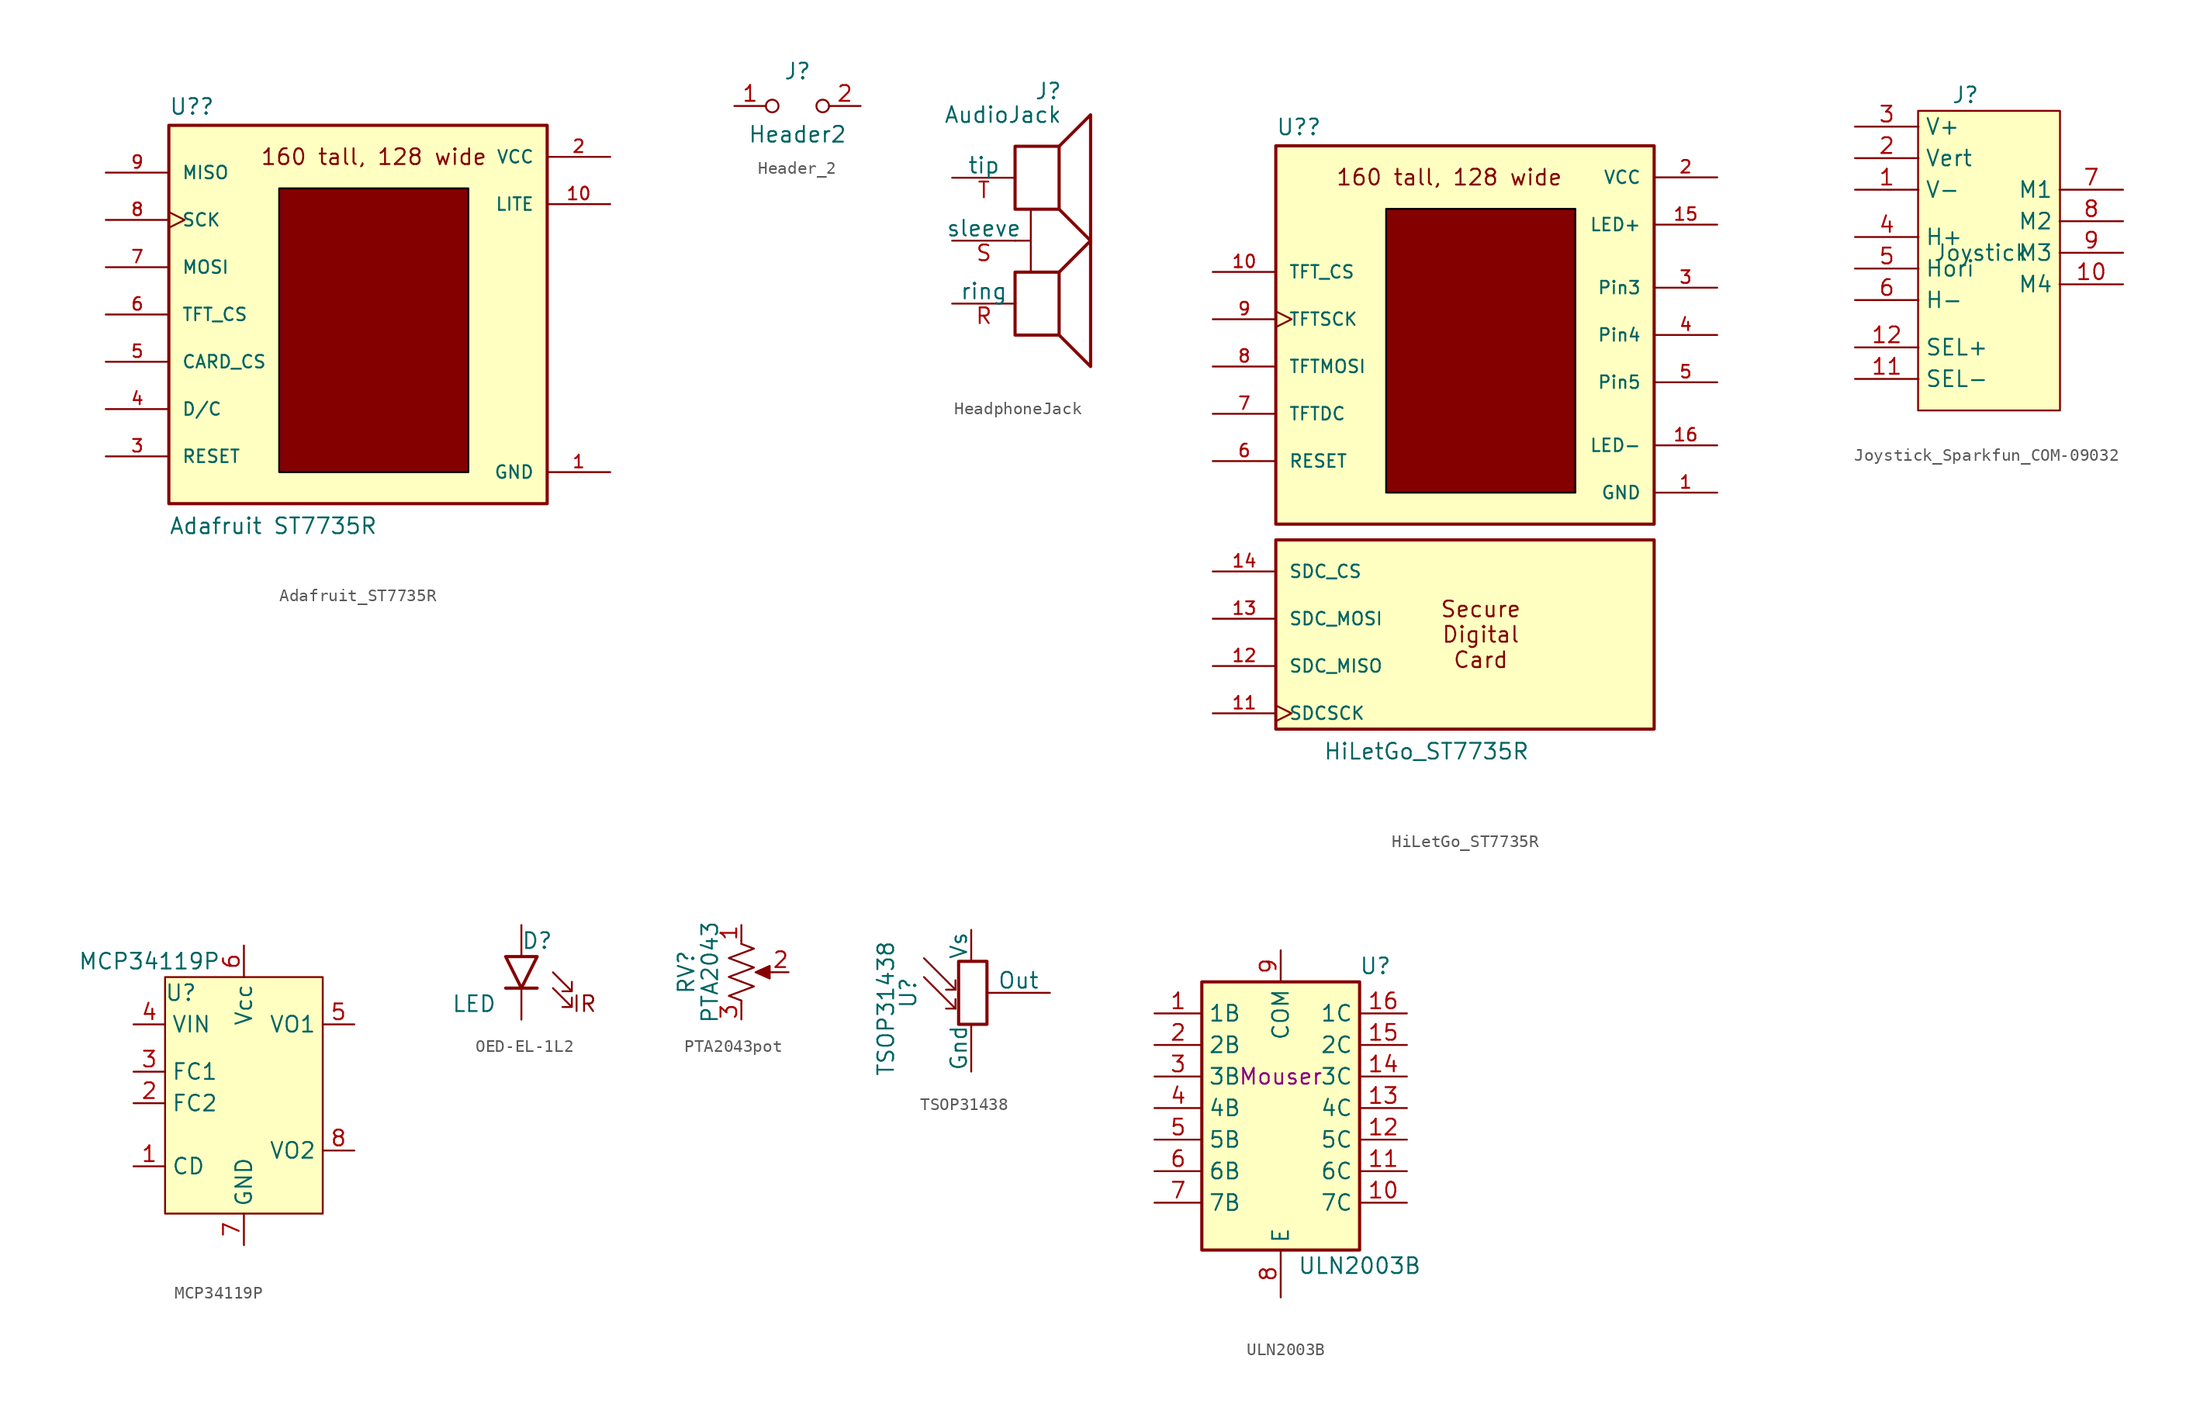
<source format=kicad_sym>
(kicad_symbol_lib
  (version 20220914)
  (generator kicad_symbol_editor)
  (symbol "Adafruit_ST7735R"
    (pin_names
      (offset 1.016))
    (property "Reference" "U?"
      (at -15.24 16.002 0)
      (effects (font (size 1.27 1.27)) (justify left bottom)))
    (property "Value" "Adafruit ST7735R"
      (at -15.24 -17.78 0)
      (effects (font (size 1.27 1.27)) (justify left bottom)))
    (symbol "Adafruit_ST7735R_0_0"
      (rectangle (start -15.24 15.24) (end 15.24 -15.24) (stroke (width 0.254) (type default)) (fill (type background))))
    (symbol "Adafruit_ST7735R_1_0"
      (pin power_in line (at 20.32 -12.7 180) (length 5.08) (name "GND" (effects (font (size 1.016 1.016)))) (number "1" (effects (font (size 1.016 1.016)))))
      (pin power_in line (at 20.32 8.89 180) (length 5.08) (name "LITE" (effects (font (size 1.016 1.016)))) (number "10" (effects (font (size 1.016 1.016)))))
      (pin power_in line (at 20.32 12.7 180) (length 5.08) (name "VCC" (effects (font (size 1.016 1.016)))) (number "2" (effects (font (size 1.016 1.016)))))
      (pin input line (at -20.32 -11.43 0) (length 5.08) (name "RESET" (effects (font (size 1.016 1.016)))) (number "3" (effects (font (size 1.016 1.016)))))
      (pin input line (at -20.32 -7.62 0) (length 5.08) (name "D/C" (effects (font (size 1.016 1.016)))) (number "4" (effects (font (size 1.016 1.016)))))
      (pin input line (at -20.32 -3.81 0) (length 5.08) (name "CARD_CS" (effects (font (size 1.016 1.016)))) (number "5" (effects (font (size 1.016 1.016)))))
      (pin input line (at -20.32 0 0) (length 5.08) (name "TFT_CS" (effects (font (size 1.016 1.016)))) (number "6" (effects (font (size 1.016 1.016)))))
      (pin input line (at -20.32 3.81 0) (length 5.08) (name "MOSI" (effects (font (size 1.016 1.016)))) (number "7" (effects (font (size 1.016 1.016)))))
      (pin input clock (at -20.32 7.62 0) (length 5.08) (name "SCK" (effects (font (size 1.016 1.016)))) (number "8" (effects (font (size 1.016 1.016)))))
      (pin output line (at -20.32 11.43 0) (length 5.08) (name "MISO" (effects (font (size 1.016 1.016)))) (number "9" (effects (font (size 1.016 1.016))))))
    (symbol "Adafruit_ST7735R_1_1"
      (rectangle (start -6.35 10.16) (end 8.89 -12.7) (stroke (width 0) (type default) (color 0 0 0 1)) (fill (type color) (color 132 0 0 1)))
      (text "160 tall, 128 wide" (at 1.27 12.7 0) (effects (font (size 1.27 1.27))))))
  (symbol "Header_2"
    (pin_names
      (offset 0) hide)
    (property "Reference" "J"
      (at 0 2.794 0)
      (effects (font (size 1.27 1.27))))
    (property "Value" "Header2"
      (at 0 -2.286 0)
      (effects (font (size 1.27 1.27))))
    (symbol "Header_2_0_0"
      (circle (center -2.032 0) (radius 0.508) (stroke (width 0) (type default)) (fill (type none)))
      (circle (center 2.032 0) (radius 0.508) (stroke (width 0) (type default)) (fill (type none))))
    (symbol "Header_2_1_1"
      (pin passive line (at -5.08 0 0) (length 2.54) (name "A" (effects (font (size 1.27 1.27)))) (number "1" (effects (font (size 1.27 1.27)))))
      (pin passive line (at 5.08 0 180) (length 2.54) (name "B" (effects (font (size 1.27 1.27)))) (number "2" (effects (font (size 1.27 1.27)))))))
  (symbol "HeadphoneJack"
    (pin_names
      (offset 0))
    (property "Reference" "J"
      (at 1.27 5.715 0)
      (effects (font (size 1.27 1.27)) (justify right)))
    (property "Value" "AudioJack"
      (at 1.27 3.81 0)
      (effects (font (size 1.27 1.27)) (justify right)))
    (symbol "HeadphoneJack_0_0"
      (rectangle (start -2.54 -8.89) (end 1.016 -13.97) (stroke (width 0.254) (type default)) (fill (type none)))
      (rectangle (start -2.54 1.27) (end 1.016 -3.81) (stroke (width 0.254) (type default)) (fill (type none)))
      (polyline (pts (xy 1.016 -8.89) (xy 3.556 -6.35) (xy 3.556 -16.51) (xy 1.016 -13.97)) (stroke (width 0.254) (type default)) (fill (type none)))
      (polyline (pts (xy 1.016 1.27) (xy 3.556 3.81) (xy 3.556 -6.35) (xy 1.016 -3.81)) (stroke (width 0.254) (type default)) (fill (type none))))
    (symbol "HeadphoneJack_0_1"
      (polyline (pts (xy -2.54 -6.35) (xy -1.27 -6.35) (xy -1.27 -3.81) (xy -1.27 -8.89)) (stroke (width 0) (type default)) (fill (type none))))
    (symbol "HeadphoneJack_1_1"
      (pin input line (at -7.62 -11.43 0) (length 5.12) (name "ring" (effects (font (size 1.27 1.27)))) (number "R" (effects (font (size 1.27 1.27)))))
      (pin input line (at -7.62 -6.35 0) (length 5.12) (name "sleeve" (effects (font (size 1.27 1.27)))) (number "S" (effects (font (size 1.27 1.27)))))
      (pin input line (at -7.62 -1.27 0) (length 5.12) (name "tip" (effects (font (size 1.27 1.27)))) (number "T" (effects (font (size 1.27 1.27)))))))
  (symbol "HiLetGo_ST7735R"
    (pin_names
      (offset 1.016))
    (property "Reference" "U?"
      (at -15.24 16.002 0)
      (effects (font (size 1.27 1.27)) (justify left bottom)))
    (property "Value" "HiLetGo_ST7735R"
      (at -11.43 -34.29 0)
      (effects (font (size 1.27 1.27)) (justify left bottom)))
    (symbol "HiLetGo_ST7735R_0_0"
      (rectangle (start -15.24 -16.51) (end 15.24 -31.75) (stroke (width 0.254) (type default)) (fill (type background)))
      (rectangle (start -15.24 15.24) (end 15.24 -15.24) (stroke (width 0.254) (type default)) (fill (type background))))
    (symbol "HiLetGo_ST7735R_1_0"
      (pin power_in line (at 20.32 -12.7 180) (length 5.08) (name "GND" (effects (font (size 1.016 1.016)))) (number "1" (effects (font (size 1.016 1.016)))))
      (pin input line (at -20.32 5.08 0) (length 5.08) (name "TFT_CS" (effects (font (size 1.016 1.016)))) (number "10" (effects (font (size 1.016 1.016)))))
      (pin input clock (at -20.32 -30.48 0) (length 5.08) (name "SDCSCK" (effects (font (size 1.016 1.016)))) (number "11" (effects (font (size 1.016 1.016)))))
      (pin output line (at -20.32 -26.67 0) (length 5.08) (name "SDC_MISO" (effects (font (size 1.016 1.016)))) (number "12" (effects (font (size 1.016 1.016)))))
      (pin input line (at -20.32 -22.86 0) (length 5.08) (name "SDC_MOSI" (effects (font (size 1.016 1.016)))) (number "13" (effects (font (size 1.016 1.016)))))
      (pin input line (at -20.32 -19.05 0) (length 5.08) (name "SDC_CS" (effects (font (size 1.016 1.016)))) (number "14" (effects (font (size 1.016 1.016)))))
      (pin power_in line (at 20.32 8.89 180) (length 5.08) (name "LED+" (effects (font (size 1.016 1.016)))) (number "15" (effects (font (size 1.016 1.016)))))
      (pin power_in line (at 20.32 -8.89 180) (length 5.08) (name "LED-" (effects (font (size 1.016 1.016)))) (number "16" (effects (font (size 1.016 1.016)))))
      (pin power_in line (at 20.32 12.7 180) (length 5.08) (name "VCC" (effects (font (size 1.016 1.016)))) (number "2" (effects (font (size 1.016 1.016)))))
      (pin free line (at 20.32 3.81 180) (length 5.08) (name "Pin3" (effects (font (size 1.016 1.016)))) (number "3" (effects (font (size 1.016 1.016)))))
      (pin free line (at 20.32 0 180) (length 5.08) (name "Pin4" (effects (font (size 1.016 1.016)))) (number "4" (effects (font (size 1.016 1.016)))))
      (pin free line (at 20.32 -3.81 180) (length 5.08) (name "Pin5" (effects (font (size 1.016 1.016)))) (number "5" (effects (font (size 1.016 1.016)))))
      (pin input line (at -20.32 -10.16 0) (length 5.08) (name "RESET" (effects (font (size 1.016 1.016)))) (number "6" (effects (font (size 1.016 1.016)))))
      (pin input line (at -20.32 -6.35 0) (length 5.08) (name "TFTDC" (effects (font (size 1.016 1.016)))) (number "7" (effects (font (size 1.016 1.016)))))
      (pin input line (at -20.32 -2.54 0) (length 5.08) (name "TFTMOSI" (effects (font (size 1.016 1.016)))) (number "8" (effects (font (size 1.016 1.016)))))
      (pin input clock (at -20.32 1.27 0) (length 5.08) (name "TFTSCK" (effects (font (size 1.016 1.016)))) (number "9" (effects (font (size 1.016 1.016))))))
    (symbol "HiLetGo_ST7735R_1_1"
      (rectangle (start -6.35 10.16) (end 8.89 -12.7) (stroke (width 0) (type default) (color 0 0 0 1)) (fill (type color) (color 132 0 0 1)))
      (text "160 tall, 128 wide" (at -1.27 12.7 0) (effects (font (size 1.27 1.27))))
      (text "Secure\nDigital\nCard" (at 1.27 -24.13 0) (effects (font (size 1.27 1.27))))))
  (symbol "Joystick_Sparkfun_COM-09032"
    (property "Reference" "J"
      (at -1.27 12.7 0)
      (effects (font (size 1.27 1.27))))
    (property "Value" "Joystick"
      (at 0 0 0)
      (effects (font (size 1.27 1.27))))
    (property "ki_locked" ""
      (at 0 0 0)
      (effects (font (size 1.27 1.27))))
    (symbol "Joystick_Sparkfun_COM-09032_1_1"
      (rectangle (start -5.08 11.43) (end 6.35 -12.7) (stroke (width 0) (type default)) (fill (type background)))
      (pin passive line (at -10.16 5.08 0) (length 5.12) (name "V-" (effects (font (size 1.27 1.27)))) (number "1" (effects (font (size 1.27 1.27)))))
      (pin free line (at 11.43 -2.54 180) (length 5.12) (name "M4" (effects (font (size 1.27 1.27)))) (number "10" (effects (font (size 1.27 1.27)))))
      (pin passive line (at -10.16 -10.16 0) (length 5.12) (name "SEL-" (effects (font (size 1.27 1.27)))) (number "11" (effects (font (size 1.27 1.27)))))
      (pin passive line (at -10.16 -7.62 0) (length 5.12) (name "SEL+" (effects (font (size 1.27 1.27)))) (number "12" (effects (font (size 1.27 1.27)))))
      (pin passive line (at -10.16 7.62 0) (length 5.12) (name "Vert" (effects (font (size 1.27 1.27)))) (number "2" (effects (font (size 1.27 1.27)))))
      (pin passive line (at -10.16 10.16 0) (length 5.12) (name "V+" (effects (font (size 1.27 1.27)))) (number "3" (effects (font (size 1.27 1.27)))))
      (pin passive line (at -10.16 1.27 0) (length 5.12) (name "H+" (effects (font (size 1.27 1.27)))) (number "4" (effects (font (size 1.27 1.27)))))
      (pin passive line (at -10.16 -1.27 0) (length 5.12) (name "Hori" (effects (font (size 1.27 1.27)))) (number "5" (effects (font (size 1.27 1.27)))))
      (pin passive line (at -10.16 -3.81 0) (length 5.12) (name "H-" (effects (font (size 1.27 1.27)))) (number "6" (effects (font (size 1.27 1.27)))))
      (pin free line (at 11.43 5.08 180) (length 5.12) (name "M1" (effects (font (size 1.27 1.27)))) (number "7" (effects (font (size 1.27 1.27)))))
      (pin free line (at 11.43 2.54 180) (length 5.12) (name "M2" (effects (font (size 1.27 1.27)))) (number "8" (effects (font (size 1.27 1.27)))))
      (pin free line (at 11.43 0 180) (length 5.12) (name "M3" (effects (font (size 1.27 1.27)))) (number "9" (effects (font (size 1.27 1.27)))))))
  (symbol "MCP34119P"
    (property "Reference" "U"
      (at -5.08 7.62 0)
      (effects (font (size 1.27 1.27))))
    (property "Value" "MCP34119P"
      (at -7.62 10.16 0)
      (effects (font (size 1.27 1.27))))
    (symbol "MCP34119P_1_1"
      (rectangle (start -6.35 8.89) (end 6.35 -10.16) (stroke (width 0) (type default)) (fill (type background)))
      (pin input line (at -8.89 -6.35 0) (length 2.54) (name "CD" (effects (font (size 1.27 1.27)))) (number "1" (effects (font (size 1.27 1.27)))))
      (pin input line (at -8.89 -1.27 0) (length 2.54) (name "FC2" (effects (font (size 1.27 1.27)))) (number "2" (effects (font (size 1.27 1.27)))))
      (pin input line (at -8.89 1.27 0) (length 2.54) (name "FC1" (effects (font (size 1.27 1.27)))) (number "3" (effects (font (size 1.27 1.27)))))
      (pin input line (at -8.89 5.08 0) (length 2.54) (name "VIN" (effects (font (size 1.27 1.27)))) (number "4" (effects (font (size 1.27 1.27)))))
      (pin output line (at 8.89 5.08 180) (length 2.54) (name "VO1" (effects (font (size 1.27 1.27)))) (number "5" (effects (font (size 1.27 1.27)))))
      (pin power_in line (at 0 11.43 270) (length 2.54) (name "Vcc" (effects (font (size 1.27 1.27)))) (number "6" (effects (font (size 1.27 1.27)))))
      (pin power_in line (at 0 -12.7 90) (length 2.54) (name "GND" (effects (font (size 1.27 1.27)))) (number "7" (effects (font (size 1.27 1.27)))))
      (pin output line (at 8.89 -5.08 180) (length 2.54) (name "VO2" (effects (font (size 1.27 1.27)))) (number "8" (effects (font (size 1.27 1.27)))))))
  (symbol "OED-EL-1L2"
    (pin_numbers hide)
    (pin_names
      (offset 1.016) hide)
    (property "Reference" "D"
      (at 0 2.54 0)
      (effects (font (size 1.27 1.27))))
    (property "Value" "LED"
      (at -5.08 -2.54 0)
      (effects (font (size 1.27 1.27))))
    (symbol "OED-EL-1L2_0_1"
      (polyline (pts (xy 0 -1.27) (xy -2.54 -1.27)) (stroke (width 0.254) (type default)) (fill (type none)))
      (polyline (pts (xy 0 1.27) (xy -2.54 1.27) (xy -1.27 -1.27) (xy 0 1.27)) (stroke (width 0.254) (type default)) (fill (type none)))
      (polyline (pts (xy 1.27 -1.27) (xy 2.794 -2.794) (xy 2.794 -2.032) (xy 2.794 -2.794) (xy 2.032 -2.794)) (stroke (width 0) (type default)) (fill (type none)))
      (polyline (pts (xy 1.27 0) (xy 2.794 -1.524) (xy 2.794 -0.762) (xy 2.794 -1.524) (xy 2.032 -1.524)) (stroke (width 0) (type default)) (fill (type none))))
    (symbol "OED-EL-1L2_1_1"
      (text "IR" (at 3.81 -2.54 0) (effects (font (size 1.27 1.27))))
      (pin passive line (at -1.27 -3.81 90) (length 2.54) (name "K" (effects (font (size 1.27 1.27)))) (number "1" (effects (font (size 1.27 1.27)))))
      (pin passive line (at -1.27 3.81 270) (length 2.54) (name "A" (effects (font (size 1.27 1.27)))) (number "2" (effects (font (size 1.27 1.27)))))))
  (symbol "PTA2043pot"
    (pin_names
      (offset 1.016) hide)
    (property "Reference" "RV"
      (at -4.445 0 90)
      (effects (font (size 1.27 1.27))))
    (property "Value" "PTA2043"
      (at -2.54 0 90)
      (effects (font (size 1.27 1.27))))
    (symbol "PTA2043pot_0_1"
      (polyline (pts (xy 0 -2.286) (xy 0 -2.54)) (stroke (width 0) (type default)) (fill (type none)))
      (polyline (pts (xy 0 2.54) (xy 0 2.286)) (stroke (width 0) (type default)) (fill (type none)))
      (polyline (pts (xy 2.54 0) (xy 1.524 0)) (stroke (width 0) (type default)) (fill (type none)))
      (polyline (pts (xy 1.143 0) (xy 2.286 0.508) (xy 2.286 -0.508) (xy 1.143 0)) (stroke (width 0) (type default)) (fill (type outline)))
      (polyline (pts (xy 0 -0.762) (xy 1.016 -1.143) (xy 0 -1.524) (xy -1.016 -1.905) (xy 0 -2.286)) (stroke (width 0) (type default)) (fill (type none)))
      (polyline (pts (xy 0 0.762) (xy 1.016 0.381) (xy 0 0) (xy -1.016 -0.381) (xy 0 -0.762)) (stroke (width 0) (type default)) (fill (type none)))
      (polyline (pts (xy 0 2.286) (xy 1.016 1.905) (xy 0 1.524) (xy -1.016 1.143) (xy 0 0.762)) (stroke (width 0) (type default)) (fill (type none))))
    (symbol "PTA2043pot_1_1"
      (pin passive line (at 0 3.81 270) (length 1.27) (name "1" (effects (font (size 1.27 1.27)))) (number "1" (effects (font (size 1.27 1.27)))))
      (pin passive line (at 3.81 0 180) (length 1.27) (name "2" (effects (font (size 1.27 1.27)))) (number "2" (effects (font (size 1.27 1.27)))))
      (pin passive line (at 0 -3.81 90) (length 1.27) (name "3" (effects (font (size 1.27 1.27)))) (number "3" (effects (font (size 1.27 1.27)))))))
  (symbol "TSOP31438"
    (pin_numbers hide)
    (pin_names
      (offset 0))
    (property "Reference" "U"
      (at -5.08 0 90)
      (effects (font (size 1.27 1.27))))
    (property "Value" "TSOP31438"
      (at -7.62 -1.27 90)
      (effects (font (size 1.27 1.27)) (justify top)))
    (symbol "TSOP31438_0_1"
      (rectangle (start -1.016 2.54) (end 1.27 -2.54) (stroke (width 0.254) (type default)) (fill (type none)))
      (polyline (pts (xy -1.27 -1.27) (xy -3.81 1.27)) (stroke (width 0) (type default)) (fill (type none)))
      (polyline (pts (xy -1.27 -1.27) (xy -2.032 -1.27)) (stroke (width 0) (type default)) (fill (type none)))
      (polyline (pts (xy -1.27 -1.27) (xy -1.27 -0.508)) (stroke (width 0) (type default)) (fill (type none)))
      (polyline (pts (xy -1.27 0.254) (xy -3.81 2.794)) (stroke (width 0) (type default)) (fill (type none)))
      (polyline (pts (xy -1.27 0.254) (xy -2.032 0.254)) (stroke (width 0) (type default)) (fill (type none)))
      (polyline (pts (xy -1.27 0.254) (xy -1.27 1.016)) (stroke (width 0) (type default)) (fill (type none))))
    (symbol "TSOP31438_1_1"
      (pin power_in line (at 0 -6.35 90) (length 3.81) (name "Gnd" (effects (font (size 1.27 1.27)))) (number "1" (effects (font (size 1.27 1.27)))))
      (pin power_in line (at 0 5.08 270) (length 2.54) (name "Vs" (effects (font (size 1.27 1.27)))) (number "2" (effects (font (size 1.27 1.27)))))
      (pin output line (at 6.35 0 180) (length 5.08) (name "Out" (effects (font (size 1.27 1.27)))) (number "3" (effects (font (size 1.27 1.27)))))))
  (symbol "ULN2003B"
    (property "Reference" "U"
      (at 7.62 8.89 0)
      (effects (font (size 1.27 1.27))))
    (property "Value" "ULN2003B"
      (at 6.35 -15.24 0)
      (effects (font (size 1.27 1.27))))
    (property "Distributor" " Mouser "
      (at 0 0 0)
      (effects (font (size 1.27 1.27))))
    (symbol "ULN2003B_0_0"
      (rectangle (start -6.35 7.62) (end 6.35 -13.97) (stroke (width 0.254) (type default)) (fill (type background))))
    (symbol "ULN2003B_1_1"
      (pin input line (at -10.16 5.08 0) (length 3.81) (name "1B" (effects (font (size 1.27 1.27)))) (number "1" (effects (font (size 1.27 1.27)))))
      (pin output line (at 10.16 -10.16 180) (length 3.81) (name "7C" (effects (font (size 1.27 1.27)))) (number "10" (effects (font (size 1.27 1.27)))))
      (pin output line (at 10.16 -7.62 180) (length 3.81) (name "6C" (effects (font (size 1.27 1.27)))) (number "11" (effects (font (size 1.27 1.27)))))
      (pin output line (at 10.16 -5.08 180) (length 3.81) (name "5C" (effects (font (size 1.27 1.27)))) (number "12" (effects (font (size 1.27 1.27)))))
      (pin output line (at 10.16 -2.54 180) (length 3.81) (name "4C" (effects (font (size 1.27 1.27)))) (number "13" (effects (font (size 1.27 1.27)))))
      (pin output line (at 10.16 0 180) (length 3.81) (name "3C" (effects (font (size 1.27 1.27)))) (number "14" (effects (font (size 1.27 1.27)))))
      (pin output line (at 10.16 2.54 180) (length 3.81) (name "2C" (effects (font (size 1.27 1.27)))) (number "15" (effects (font (size 1.27 1.27)))))
      (pin output line (at 10.16 5.08 180) (length 3.81) (name "1C" (effects (font (size 1.27 1.27)))) (number "16" (effects (font (size 1.27 1.27)))))
      (pin input line (at -10.16 2.54 0) (length 3.81) (name "2B" (effects (font (size 1.27 1.27)))) (number "2" (effects (font (size 1.27 1.27)))))
      (pin input line (at -10.16 0 0) (length 3.81) (name "3B" (effects (font (size 1.27 1.27)))) (number "3" (effects (font (size 1.27 1.27)))))
      (pin input line (at -10.16 -2.54 0) (length 3.81) (name "4B" (effects (font (size 1.27 1.27)))) (number "4" (effects (font (size 1.27 1.27)))))
      (pin input line (at -10.16 -5.08 0) (length 3.81) (name "5B" (effects (font (size 1.27 1.27)))) (number "5" (effects (font (size 1.27 1.27)))))
      (pin input line (at -10.16 -7.62 0) (length 3.81) (name "6B" (effects (font (size 1.27 1.27)))) (number "6" (effects (font (size 1.27 1.27)))))
      (pin input line (at -10.16 -10.16 0) (length 3.81) (name "7B" (effects (font (size 1.27 1.27)))) (number "7" (effects (font (size 1.27 1.27)))))
      (pin power_in line (at 0 -17.78 90) (length 3.81) (name "E" (effects (font (size 1.27 1.27)))) (number "8" (effects (font (size 1.27 1.27)))))
      (pin power_in line (at 0 10.16 270) (length 2.54) (name "COM" (effects (font (size 1.27 1.27)))) (number "9" (effects (font (size 1.27 1.27))))))))
</source>
